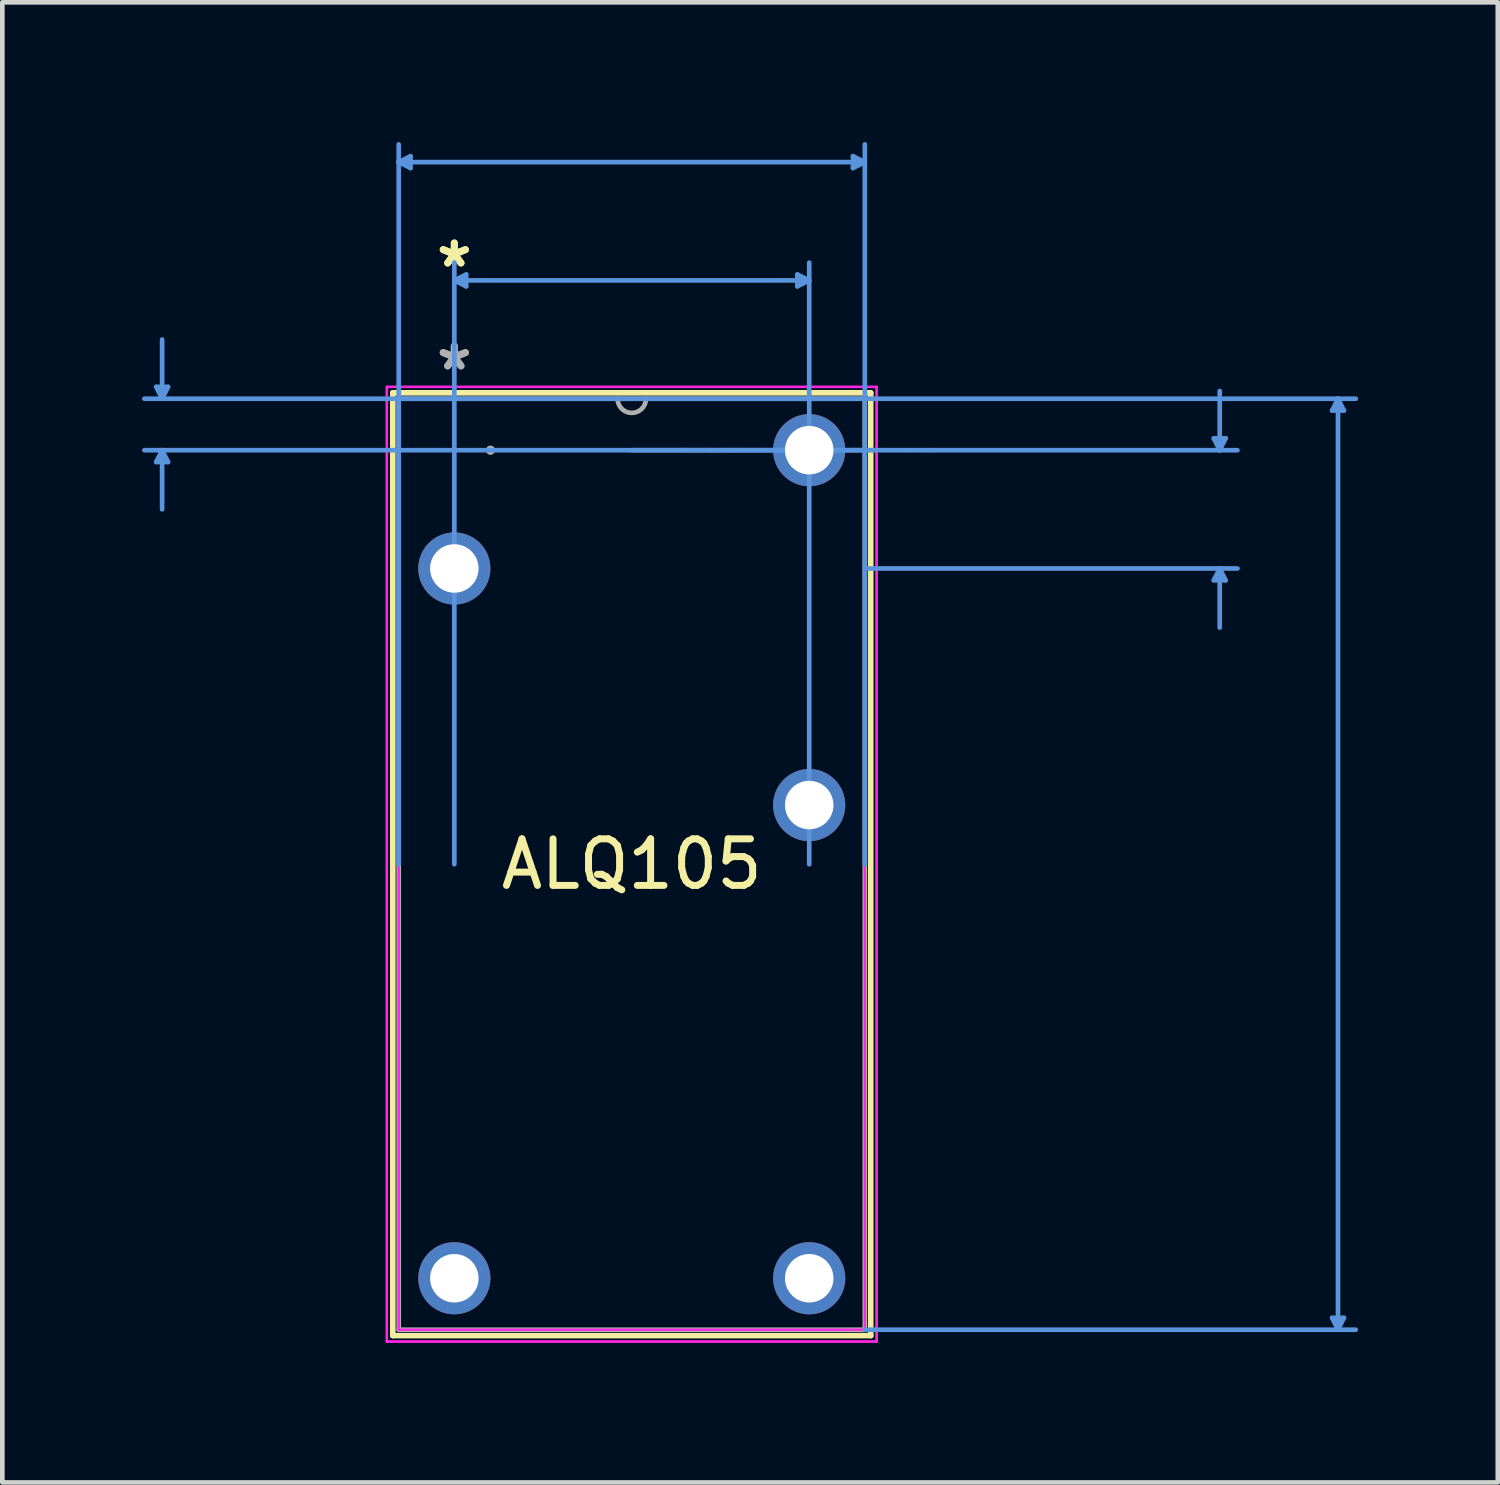
<source format=kicad_pcb>
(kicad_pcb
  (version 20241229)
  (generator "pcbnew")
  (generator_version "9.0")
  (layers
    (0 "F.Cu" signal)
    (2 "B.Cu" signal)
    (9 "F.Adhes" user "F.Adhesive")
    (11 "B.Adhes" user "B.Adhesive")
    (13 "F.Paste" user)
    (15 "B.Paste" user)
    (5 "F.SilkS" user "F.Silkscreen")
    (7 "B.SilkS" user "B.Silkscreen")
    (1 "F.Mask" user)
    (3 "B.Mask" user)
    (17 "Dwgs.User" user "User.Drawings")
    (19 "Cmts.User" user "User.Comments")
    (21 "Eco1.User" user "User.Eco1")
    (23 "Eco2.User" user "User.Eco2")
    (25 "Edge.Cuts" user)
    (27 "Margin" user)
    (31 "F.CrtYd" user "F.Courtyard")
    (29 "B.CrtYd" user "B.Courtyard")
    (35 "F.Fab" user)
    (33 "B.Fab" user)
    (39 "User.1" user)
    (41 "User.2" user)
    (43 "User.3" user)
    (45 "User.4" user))
  (footprint "ALQ105"
    (layer "F.Cu")
    (at 14.325 6.616)
    (property "Reference" "ALQ105" (at -3.81 8.89 0) (layer "F.SilkS") (effects (font (size 1 1) (thickness 0.15))))
    (attr through_hole)
    (fp_line (start -8.941 -1.232) (end -8.941 19.012) (stroke (width 0.12) (type solid)) (layer "F.SilkS"))
    (fp_line (start -8.941 19.012) (end 1.321 19.012) (stroke (width 0.12) (type solid)) (layer "F.SilkS"))
    (fp_line (start 1.321 -1.232) (end -8.941 -1.232) (stroke (width 0.12) (type solid)) (layer "F.SilkS"))
    (fp_line (start 1.321 19.012) (end 1.321 -1.232) (stroke (width 0.12) (type solid)) (layer "F.SilkS"))
    (fp_line (start -14.021 -1.359) (end -13.767 -1.359) (stroke (width 0.1) (type solid)) (layer "Cmts.User"))
    (fp_line (start -14.021 0.254) (end -13.767 0.254) (stroke (width 0.1) (type solid)) (layer "Cmts.User"))
    (fp_line (start -13.894 -1.105) (end -14.021 -1.359) (stroke (width 0.1) (type solid)) (layer "Cmts.User"))
    (fp_line (start -13.894 -1.105) (end -13.894 -2.375) (stroke (width 0.1) (type solid)) (layer "Cmts.User"))
    (fp_line (start -13.894 -1.105) (end -13.767 -1.359) (stroke (width 0.1) (type solid)) (layer "Cmts.User"))
    (fp_line (start -13.894 0) (end -14.021 0.254) (stroke (width 0.1) (type solid)) (layer "Cmts.User"))
    (fp_line (start -13.894 0) (end -13.894 1.27) (stroke (width 0.1) (type solid)) (layer "Cmts.User"))
    (fp_line (start -13.894 0) (end -13.767 0.254) (stroke (width 0.1) (type solid)) (layer "Cmts.User"))
    (fp_line (start -8.814 -6.185) (end -8.56 -6.312) (stroke (width 0.1) (type solid)) (layer "Cmts.User"))
    (fp_line (start -8.814 -6.185) (end -8.56 -6.058) (stroke (width 0.1) (type solid)) (layer "Cmts.User"))
    (fp_line (start -8.814 -6.185) (end 1.194 -6.185) (stroke (width 0.1) (type solid)) (layer "Cmts.User"))
    (fp_line (start -8.814 8.89) (end -8.814 -6.566) (stroke (width 0.1) (type solid)) (layer "Cmts.User"))
    (fp_line (start -8.56 -6.312) (end -8.56 -6.058) (stroke (width 0.1) (type solid)) (layer "Cmts.User"))
    (fp_line (start -7.62 -3.645) (end -7.366 -3.772) (stroke (width 0.1) (type solid)) (layer "Cmts.User"))
    (fp_line (start -7.62 -3.645) (end -7.366 -3.518) (stroke (width 0.1) (type solid)) (layer "Cmts.User"))
    (fp_line (start -7.62 -3.645) (end 0 -3.645) (stroke (width 0.1) (type solid)) (layer "Cmts.User"))
    (fp_line (start -7.62 8.89) (end -7.62 -4.026) (stroke (width 0.1) (type solid)) (layer "Cmts.User"))
    (fp_line (start -7.366 -3.772) (end -7.366 -3.518) (stroke (width 0.1) (type solid)) (layer "Cmts.User"))
    (fp_line (start -3.81 -1.105) (end -14.275 -1.105) (stroke (width 0.1) (type solid)) (layer "Cmts.User"))
    (fp_line (start -3.81 -1.105) (end 11.735 -1.105) (stroke (width 0.1) (type solid)) (layer "Cmts.User"))
    (fp_line (start -3.81 0) (end 9.195 0) (stroke (width 0.1) (type solid)) (layer "Cmts.User"))
    (fp_line (start -0.254 -3.772) (end -0.254 -3.518) (stroke (width 0.1) (type solid)) (layer "Cmts.User"))
    (fp_line (start 0 -3.645) (end -0.254 -3.772) (stroke (width 0.1) (type solid)) (layer "Cmts.User"))
    (fp_line (start 0 -3.645) (end -0.254 -3.518) (stroke (width 0.1) (type solid)) (layer "Cmts.User"))
    (fp_line (start 0 8.89) (end 0 -4.026) (stroke (width 0.1) (type solid)) (layer "Cmts.User"))
    (fp_line (start 0.94 -6.312) (end 0.94 -6.058) (stroke (width 0.1) (type solid)) (layer "Cmts.User"))
    (fp_line (start 1.194 -6.185) (end 0.94 -6.312) (stroke (width 0.1) (type solid)) (layer "Cmts.User"))
    (fp_line (start 1.194 -6.185) (end 0.94 -6.058) (stroke (width 0.1) (type solid)) (layer "Cmts.User"))
    (fp_line (start 1.194 0) (end -14.275 0) (stroke (width 0.1) (type solid)) (layer "Cmts.User"))
    (fp_line (start 1.194 2.54) (end 9.195 2.54) (stroke (width 0.1) (type solid)) (layer "Cmts.User"))
    (fp_line (start 1.194 8.89) (end 1.194 -6.566) (stroke (width 0.1) (type solid)) (layer "Cmts.User"))
    (fp_line (start 1.194 18.885) (end 11.735 18.885) (stroke (width 0.1) (type solid)) (layer "Cmts.User"))
    (fp_line (start 8.687 -0.254) (end 8.941 -0.254) (stroke (width 0.1) (type solid)) (layer "Cmts.User"))
    (fp_line (start 8.687 2.794) (end 8.941 2.794) (stroke (width 0.1) (type solid)) (layer "Cmts.User"))
    (fp_line (start 8.814 0) (end 8.687 -0.254) (stroke (width 0.1) (type solid)) (layer "Cmts.User"))
    (fp_line (start 8.814 0) (end 8.814 -1.27) (stroke (width 0.1) (type solid)) (layer "Cmts.User"))
    (fp_line (start 8.814 0) (end 8.941 -0.254) (stroke (width 0.1) (type solid)) (layer "Cmts.User"))
    (fp_line (start 8.814 2.54) (end 8.687 2.794) (stroke (width 0.1) (type solid)) (layer "Cmts.User"))
    (fp_line (start 8.814 2.54) (end 8.814 3.81) (stroke (width 0.1) (type solid)) (layer "Cmts.User"))
    (fp_line (start 8.814 2.54) (end 8.941 2.794) (stroke (width 0.1) (type solid)) (layer "Cmts.User"))
    (fp_line (start 11.227 -0.851) (end 11.481 -0.851) (stroke (width 0.1) (type solid)) (layer "Cmts.User"))
    (fp_line (start 11.227 18.631) (end 11.481 18.631) (stroke (width 0.1) (type solid)) (layer "Cmts.User"))
    (fp_line (start 11.354 -1.105) (end 11.227 -0.851) (stroke (width 0.1) (type solid)) (layer "Cmts.User"))
    (fp_line (start 11.354 -1.105) (end 11.354 18.885) (stroke (width 0.1) (type solid)) (layer "Cmts.User"))
    (fp_line (start 11.354 -1.105) (end 11.481 -0.851) (stroke (width 0.1) (type solid)) (layer "Cmts.User"))
    (fp_line (start 11.354 18.885) (end 11.227 18.631) (stroke (width 0.1) (type solid)) (layer "Cmts.User"))
    (fp_line (start 11.354 18.885) (end 11.481 18.631) (stroke (width 0.1) (type solid)) (layer "Cmts.User"))
    (fp_line (start -9.068 -1.359) (end 1.448 -1.359) (stroke (width 0.05) (type solid)) (layer "F.CrtYd"))
    (fp_line (start -9.068 -1.359) (end 1.448 -1.359) (stroke (width 0.05) (type solid)) (layer "F.CrtYd"))
    (fp_line (start -9.068 19.139) (end -9.068 -1.359) (stroke (width 0.05) (type solid)) (layer "F.CrtYd"))
    (fp_line (start -9.068 19.139) (end -9.068 -1.359) (stroke (width 0.05) (type solid)) (layer "F.CrtYd"))
    (fp_line (start -8.814 -1.105) (end 1.194 -1.105) (stroke (width 0.05) (type solid)) (layer "F.CrtYd"))
    (fp_line (start -8.814 18.885) (end -8.814 -1.105) (stroke (width 0.05) (type solid)) (layer "F.CrtYd"))
    (fp_line (start 1.194 -1.105) (end 1.194 18.885) (stroke (width 0.05) (type solid)) (layer "F.CrtYd"))
    (fp_line (start 1.194 18.885) (end -8.814 18.885) (stroke (width 0.05) (type solid)) (layer "F.CrtYd"))
    (fp_line (start 1.448 -1.359) (end 1.448 19.139) (stroke (width 0.05) (type solid)) (layer "F.CrtYd"))
    (fp_line (start 1.448 -1.359) (end 1.448 19.139) (stroke (width 0.05) (type solid)) (layer "F.CrtYd"))
    (fp_line (start 1.448 19.139) (end -9.068 19.139) (stroke (width 0.05) (type solid)) (layer "F.CrtYd"))
    (fp_line (start 1.448 19.139) (end -9.068 19.139) (stroke (width 0.05) (type solid)) (layer "F.CrtYd"))
    (fp_line (start -8.814 -1.105) (end -8.814 18.885) (stroke (width 0.1) (type solid)) (layer "F.Fab"))
    (fp_line (start -8.814 18.885) (end 1.194 18.885) (stroke (width 0.1) (type solid)) (layer "F.Fab"))
    (fp_line (start 1.194 -1.105) (end -8.814 -1.105) (stroke (width 0.1) (type solid)) (layer "F.Fab"))
    (fp_line (start 1.194 18.885) (end 1.194 -1.105) (stroke (width 0.1) (type solid)) (layer "F.Fab"))
    (fp_arc (start -3.5052 -1.1049) (mid -3.81 -0.8001) (end -4.1148 -1.1049) (stroke (width 0.1) (type solid)) (layer "F.Fab"))
    (fp_circle (center -6.845 0) (end -6.845 0) (stroke (width 0.1) (type solid)) (fill no) (layer "F.Fab"))
    (fp_text user "*" (at -7.62 -3.903 0) (layer "F.SilkS") (effects (font (size 1 1) (thickness 0.15))))
    (fp_text user "*" (at -7.62 -3.903 0) (layer "F.SilkS") (effects (font (size 1 1) (thickness 0.15))))
    (fp_text user "Copyright 2021 Accelerated Designs. All rights reserved." (at 0 0 0) (layer "Cmts.User") (effects (font (size 0.127 0.127) (thickness 0.002))))
    (fp_text user "*" (at -7.62 -1.693 0) (layer "F.Fab") (effects (font (size 1 1) (thickness 0.15))))
    (fp_text user "*" (at -7.62 -1.693 0) (layer "F.Fab") (effects (font (size 1 1) (thickness 0.15))))
    (pad "1" thru_hole circle (at 0 0) (size 1.549 1.549) (drill 1.041) (layers "*.Cu" "*.Mask"))
    (pad "2" thru_hole circle (at 0 7.62) (size 1.549 1.549) (drill 1.041) (layers "*.Cu" "*.Mask"))
    (pad "3" thru_hole circle (at 0 17.78) (size 1.549 1.549) (drill 1.041) (layers "*.Cu" "*.Mask"))
    (pad "4" thru_hole circle (at -7.62 17.78) (size 1.549 1.549) (drill 1.041) (layers "*.Cu" "*.Mask"))
    (pad "5" thru_hole circle (at -7.62 2.54) (size 1.549 1.549) (drill 1.041) (layers "*.Cu" "*.Mask")))
  (gr_rect
    (start -3 -3)
    (end 29.11 28.78)
    (stroke (width 0.1) (type default))
    (fill no)
    (layer "Edge.Cuts")))
</source>
